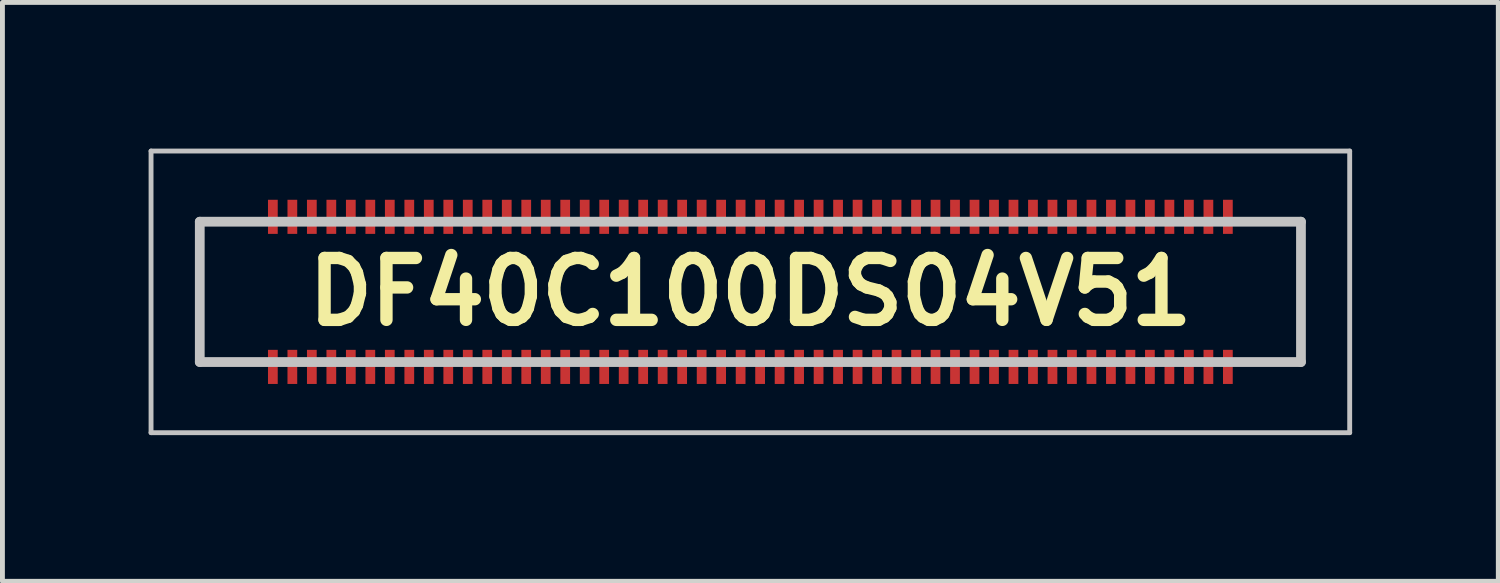
<source format=kicad_pcb>
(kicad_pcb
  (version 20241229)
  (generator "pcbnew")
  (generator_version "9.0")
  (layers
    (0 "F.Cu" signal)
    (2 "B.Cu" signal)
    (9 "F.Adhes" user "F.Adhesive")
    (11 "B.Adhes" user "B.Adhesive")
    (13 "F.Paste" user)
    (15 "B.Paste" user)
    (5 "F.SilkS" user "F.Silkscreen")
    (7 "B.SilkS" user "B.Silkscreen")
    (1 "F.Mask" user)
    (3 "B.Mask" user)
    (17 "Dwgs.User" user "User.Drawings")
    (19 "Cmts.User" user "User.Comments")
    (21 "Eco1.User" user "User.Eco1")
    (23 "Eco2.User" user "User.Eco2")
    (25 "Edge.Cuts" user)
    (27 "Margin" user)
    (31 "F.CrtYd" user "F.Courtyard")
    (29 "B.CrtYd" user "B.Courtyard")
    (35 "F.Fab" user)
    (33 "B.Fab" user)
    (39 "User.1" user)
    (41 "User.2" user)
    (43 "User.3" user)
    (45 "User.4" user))
  (footprint "DF40C100DS04V51"
    (layer "F.Cu")
    (at 12.35 2.94)
    (property "Reference" "DF40C100DS04V51" (at 0 0 0) (unlocked yes) (layer "F.SilkS") (effects (font (size 1.27 1.27) (thickness 0.254))))
    (attr smd)
    (fp_line (start -11.3 -1.44) (end -11.3 1.44) (stroke (width 0.1) (type solid)) (layer "F.SilkS"))
    (fp_line (start -11.3 1.44) (end -10.5 1.44) (stroke (width 0.1) (type solid)) (layer "F.SilkS"))
    (fp_line (start -10.5 -1.44) (end -11.3 -1.44) (stroke (width 0.1) (type solid)) (layer "F.SilkS"))
    (fp_line (start 10.5 -1.44) (end 11.3 -1.44) (stroke (width 0.1) (type solid)) (layer "F.SilkS"))
    (fp_line (start 11.3 -1.44) (end 11.3 1.44) (stroke (width 0.1) (type solid)) (layer "F.SilkS"))
    (fp_line (start 11.3 1.44) (end 10.5 1.44) (stroke (width 0.1) (type solid)) (layer "F.SilkS"))
    (fp_line (start -12.3 -2.89) (end 12.3 -2.89) (stroke (width 0.1) (type solid)) (layer "Dwgs.User"))
    (fp_line (start -12.3 2.89) (end -12.3 -2.89) (stroke (width 0.1) (type solid)) (layer "Dwgs.User"))
    (fp_line (start -11.3 -1.44) (end 11.3 -1.44) (stroke (width 0.2) (type solid)) (layer "Dwgs.User"))
    (fp_line (start -11.3 1.44) (end -11.3 -1.44) (stroke (width 0.2) (type solid)) (layer "Dwgs.User"))
    (fp_line (start 11.3 -1.44) (end 11.3 1.44) (stroke (width 0.2) (type solid)) (layer "Dwgs.User"))
    (fp_line (start 11.3 1.44) (end -11.3 1.44) (stroke (width 0.2) (type solid)) (layer "Dwgs.User"))
    (fp_line (start 12.3 -2.89) (end 12.3 2.89) (stroke (width 0.1) (type solid)) (layer "Dwgs.User"))
    (fp_line (start 12.3 2.89) (end -12.3 2.89) (stroke (width 0.1) (type solid)) (layer "Dwgs.User"))
    (pad "1" smd rect (at -9.8 1.54) (size 0.2 0.7) (layers "F.Cu" "F.Mask" "F.Paste"))
    (pad "2" smd rect (at -9.8 -1.54) (size 0.2 0.7) (layers "F.Cu" "F.Mask" "F.Paste"))
    (pad "3" smd rect (at -9.4 1.54) (size 0.2 0.7) (layers "F.Cu" "F.Mask" "F.Paste"))
    (pad "4" smd rect (at -9.4 -1.54) (size 0.2 0.7) (layers "F.Cu" "F.Mask" "F.Paste"))
    (pad "5" smd rect (at -9 1.54) (size 0.2 0.7) (layers "F.Cu" "F.Mask" "F.Paste"))
    (pad "6" smd rect (at -9 -1.54) (size 0.2 0.7) (layers "F.Cu" "F.Mask" "F.Paste"))
    (pad "7" smd rect (at -8.6 1.54) (size 0.2 0.7) (layers "F.Cu" "F.Mask" "F.Paste"))
    (pad "8" smd rect (at -8.6 -1.54) (size 0.2 0.7) (layers "F.Cu" "F.Mask" "F.Paste"))
    (pad "9" smd rect (at -8.2 1.54) (size 0.2 0.7) (layers "F.Cu" "F.Mask" "F.Paste"))
    (pad "10" smd rect (at -8.2 -1.54) (size 0.2 0.7) (layers "F.Cu" "F.Mask" "F.Paste"))
    (pad "11" smd rect (at -7.8 1.54) (size 0.2 0.7) (layers "F.Cu" "F.Mask" "F.Paste"))
    (pad "12" smd rect (at -7.8 -1.54) (size 0.2 0.7) (layers "F.Cu" "F.Mask" "F.Paste"))
    (pad "13" smd rect (at -7.4 1.54) (size 0.2 0.7) (layers "F.Cu" "F.Mask" "F.Paste"))
    (pad "14" smd rect (at -7.4 -1.54) (size 0.2 0.7) (layers "F.Cu" "F.Mask" "F.Paste"))
    (pad "15" smd rect (at -7 1.54) (size 0.2 0.7) (layers "F.Cu" "F.Mask" "F.Paste"))
    (pad "16" smd rect (at -7 -1.54) (size 0.2 0.7) (layers "F.Cu" "F.Mask" "F.Paste"))
    (pad "17" smd rect (at -6.6 1.54) (size 0.2 0.7) (layers "F.Cu" "F.Mask" "F.Paste"))
    (pad "18" smd rect (at -6.6 -1.54) (size 0.2 0.7) (layers "F.Cu" "F.Mask" "F.Paste"))
    (pad "19" smd rect (at -6.2 1.54) (size 0.2 0.7) (layers "F.Cu" "F.Mask" "F.Paste"))
    (pad "20" smd rect (at -6.2 -1.54) (size 0.2 0.7) (layers "F.Cu" "F.Mask" "F.Paste"))
    (pad "21" smd rect (at -5.8 1.54) (size 0.2 0.7) (layers "F.Cu" "F.Mask" "F.Paste"))
    (pad "22" smd rect (at -5.8 -1.54) (size 0.2 0.7) (layers "F.Cu" "F.Mask" "F.Paste"))
    (pad "23" smd rect (at -5.4 1.54) (size 0.2 0.7) (layers "F.Cu" "F.Mask" "F.Paste"))
    (pad "24" smd rect (at -5.4 -1.54) (size 0.2 0.7) (layers "F.Cu" "F.Mask" "F.Paste"))
    (pad "25" smd rect (at -5 1.54) (size 0.2 0.7) (layers "F.Cu" "F.Mask" "F.Paste"))
    (pad "26" smd rect (at -5 -1.54) (size 0.2 0.7) (layers "F.Cu" "F.Mask" "F.Paste"))
    (pad "27" smd rect (at -4.6 1.54) (size 0.2 0.7) (layers "F.Cu" "F.Mask" "F.Paste"))
    (pad "28" smd rect (at -4.6 -1.54) (size 0.2 0.7) (layers "F.Cu" "F.Mask" "F.Paste"))
    (pad "29" smd rect (at -4.2 1.54) (size 0.2 0.7) (layers "F.Cu" "F.Mask" "F.Paste"))
    (pad "30" smd rect (at -4.2 -1.54) (size 0.2 0.7) (layers "F.Cu" "F.Mask" "F.Paste"))
    (pad "31" smd rect (at -3.8 1.54) (size 0.2 0.7) (layers "F.Cu" "F.Mask" "F.Paste"))
    (pad "32" smd rect (at -3.8 -1.54) (size 0.2 0.7) (layers "F.Cu" "F.Mask" "F.Paste"))
    (pad "33" smd rect (at -3.4 1.54) (size 0.2 0.7) (layers "F.Cu" "F.Mask" "F.Paste"))
    (pad "34" smd rect (at -3.4 -1.54) (size 0.2 0.7) (layers "F.Cu" "F.Mask" "F.Paste"))
    (pad "35" smd rect (at -3 1.54) (size 0.2 0.7) (layers "F.Cu" "F.Mask" "F.Paste"))
    (pad "36" smd rect (at -3 -1.54) (size 0.2 0.7) (layers "F.Cu" "F.Mask" "F.Paste"))
    (pad "37" smd rect (at -2.6 1.54) (size 0.2 0.7) (layers "F.Cu" "F.Mask" "F.Paste"))
    (pad "38" smd rect (at -2.6 -1.54) (size 0.2 0.7) (layers "F.Cu" "F.Mask" "F.Paste"))
    (pad "39" smd rect (at -2.2 1.54) (size 0.2 0.7) (layers "F.Cu" "F.Mask" "F.Paste"))
    (pad "40" smd rect (at -2.2 -1.54) (size 0.2 0.7) (layers "F.Cu" "F.Mask" "F.Paste"))
    (pad "41" smd rect (at -1.8 1.54) (size 0.2 0.7) (layers "F.Cu" "F.Mask" "F.Paste"))
    (pad "42" smd rect (at -1.8 -1.54) (size 0.2 0.7) (layers "F.Cu" "F.Mask" "F.Paste"))
    (pad "43" smd rect (at -1.4 1.54) (size 0.2 0.7) (layers "F.Cu" "F.Mask" "F.Paste"))
    (pad "44" smd rect (at -1.4 -1.54) (size 0.2 0.7) (layers "F.Cu" "F.Mask" "F.Paste"))
    (pad "45" smd rect (at -1 1.54) (size 0.2 0.7) (layers "F.Cu" "F.Mask" "F.Paste"))
    (pad "46" smd rect (at -1 -1.54) (size 0.2 0.7) (layers "F.Cu" "F.Mask" "F.Paste"))
    (pad "47" smd rect (at -0.6 1.54) (size 0.2 0.7) (layers "F.Cu" "F.Mask" "F.Paste"))
    (pad "48" smd rect (at -0.6 -1.54) (size 0.2 0.7) (layers "F.Cu" "F.Mask" "F.Paste"))
    (pad "49" smd rect (at -0.2 1.54) (size 0.2 0.7) (layers "F.Cu" "F.Mask" "F.Paste"))
    (pad "50" smd rect (at -0.2 -1.54) (size 0.2 0.7) (layers "F.Cu" "F.Mask" "F.Paste"))
    (pad "51" smd rect (at 0.2 1.54) (size 0.2 0.7) (layers "F.Cu" "F.Mask" "F.Paste"))
    (pad "52" smd rect (at 0.2 -1.54) (size 0.2 0.7) (layers "F.Cu" "F.Mask" "F.Paste"))
    (pad "53" smd rect (at 0.6 1.54) (size 0.2 0.7) (layers "F.Cu" "F.Mask" "F.Paste"))
    (pad "54" smd rect (at 0.6 -1.54) (size 0.2 0.7) (layers "F.Cu" "F.Mask" "F.Paste"))
    (pad "55" smd rect (at 1 1.54) (size 0.2 0.7) (layers "F.Cu" "F.Mask" "F.Paste"))
    (pad "56" smd rect (at 1 -1.54) (size 0.2 0.7) (layers "F.Cu" "F.Mask" "F.Paste"))
    (pad "57" smd rect (at 1.4 1.54) (size 0.2 0.7) (layers "F.Cu" "F.Mask" "F.Paste"))
    (pad "58" smd rect (at 1.4 -1.54) (size 0.2 0.7) (layers "F.Cu" "F.Mask" "F.Paste"))
    (pad "59" smd rect (at 1.8 1.54) (size 0.2 0.7) (layers "F.Cu" "F.Mask" "F.Paste"))
    (pad "60" smd rect (at 1.8 -1.54) (size 0.2 0.7) (layers "F.Cu" "F.Mask" "F.Paste"))
    (pad "61" smd rect (at 2.2 1.54) (size 0.2 0.7) (layers "F.Cu" "F.Mask" "F.Paste"))
    (pad "62" smd rect (at 2.2 -1.54) (size 0.2 0.7) (layers "F.Cu" "F.Mask" "F.Paste"))
    (pad "63" smd rect (at 2.6 1.54) (size 0.2 0.7) (layers "F.Cu" "F.Mask" "F.Paste"))
    (pad "64" smd rect (at 2.6 -1.54) (size 0.2 0.7) (layers "F.Cu" "F.Mask" "F.Paste"))
    (pad "65" smd rect (at 3 1.54) (size 0.2 0.7) (layers "F.Cu" "F.Mask" "F.Paste"))
    (pad "66" smd rect (at 3 -1.54) (size 0.2 0.7) (layers "F.Cu" "F.Mask" "F.Paste"))
    (pad "67" smd rect (at 3.4 1.54) (size 0.2 0.7) (layers "F.Cu" "F.Mask" "F.Paste"))
    (pad "68" smd rect (at 3.4 -1.54) (size 0.2 0.7) (layers "F.Cu" "F.Mask" "F.Paste"))
    (pad "69" smd rect (at 3.8 1.54) (size 0.2 0.7) (layers "F.Cu" "F.Mask" "F.Paste"))
    (pad "70" smd rect (at 3.8 -1.54) (size 0.2 0.7) (layers "F.Cu" "F.Mask" "F.Paste"))
    (pad "71" smd rect (at 4.2 1.54) (size 0.2 0.7) (layers "F.Cu" "F.Mask" "F.Paste"))
    (pad "72" smd rect (at 4.2 -1.54) (size 0.2 0.7) (layers "F.Cu" "F.Mask" "F.Paste"))
    (pad "73" smd rect (at 4.6 1.54) (size 0.2 0.7) (layers "F.Cu" "F.Mask" "F.Paste"))
    (pad "74" smd rect (at 4.6 -1.54) (size 0.2 0.7) (layers "F.Cu" "F.Mask" "F.Paste"))
    (pad "75" smd rect (at 5 1.54) (size 0.2 0.7) (layers "F.Cu" "F.Mask" "F.Paste"))
    (pad "76" smd rect (at 5 -1.54) (size 0.2 0.7) (layers "F.Cu" "F.Mask" "F.Paste"))
    (pad "77" smd rect (at 5.4 1.54) (size 0.2 0.7) (layers "F.Cu" "F.Mask" "F.Paste"))
    (pad "78" smd rect (at 5.4 -1.54) (size 0.2 0.7) (layers "F.Cu" "F.Mask" "F.Paste"))
    (pad "79" smd rect (at 5.8 1.54) (size 0.2 0.7) (layers "F.Cu" "F.Mask" "F.Paste"))
    (pad "80" smd rect (at 5.8 -1.54) (size 0.2 0.7) (layers "F.Cu" "F.Mask" "F.Paste"))
    (pad "81" smd rect (at 6.2 1.54) (size 0.2 0.7) (layers "F.Cu" "F.Mask" "F.Paste"))
    (pad "82" smd rect (at 6.2 -1.54) (size 0.2 0.7) (layers "F.Cu" "F.Mask" "F.Paste"))
    (pad "83" smd rect (at 6.6 1.54) (size 0.2 0.7) (layers "F.Cu" "F.Mask" "F.Paste"))
    (pad "84" smd rect (at 6.6 -1.54) (size 0.2 0.7) (layers "F.Cu" "F.Mask" "F.Paste"))
    (pad "85" smd rect (at 7 1.54) (size 0.2 0.7) (layers "F.Cu" "F.Mask" "F.Paste"))
    (pad "86" smd rect (at 7 -1.54) (size 0.2 0.7) (layers "F.Cu" "F.Mask" "F.Paste"))
    (pad "87" smd rect (at 7.4 1.54) (size 0.2 0.7) (layers "F.Cu" "F.Mask" "F.Paste"))
    (pad "88" smd rect (at 7.4 -1.54) (size 0.2 0.7) (layers "F.Cu" "F.Mask" "F.Paste"))
    (pad "89" smd rect (at 7.8 1.54) (size 0.2 0.7) (layers "F.Cu" "F.Mask" "F.Paste"))
    (pad "90" smd rect (at 7.8 -1.54) (size 0.2 0.7) (layers "F.Cu" "F.Mask" "F.Paste"))
    (pad "91" smd rect (at 8.2 1.54) (size 0.2 0.7) (layers "F.Cu" "F.Mask" "F.Paste"))
    (pad "92" smd rect (at 8.2 -1.54) (size 0.2 0.7) (layers "F.Cu" "F.Mask" "F.Paste"))
    (pad "93" smd rect (at 8.6 1.54) (size 0.2 0.7) (layers "F.Cu" "F.Mask" "F.Paste"))
    (pad "94" smd rect (at 8.6 -1.54) (size 0.2 0.7) (layers "F.Cu" "F.Mask" "F.Paste"))
    (pad "95" smd rect (at 9 1.54) (size 0.2 0.7) (layers "F.Cu" "F.Mask" "F.Paste"))
    (pad "96" smd rect (at 9 -1.54) (size 0.2 0.7) (layers "F.Cu" "F.Mask" "F.Paste"))
    (pad "97" smd rect (at 9.4 1.54) (size 0.2 0.7) (layers "F.Cu" "F.Mask" "F.Paste"))
    (pad "98" smd rect (at 9.4 -1.54) (size 0.2 0.7) (layers "F.Cu" "F.Mask" "F.Paste"))
    (pad "99" smd rect (at 9.8 1.54) (size 0.2 0.7) (layers "F.Cu" "F.Mask" "F.Paste"))
    (pad "100" smd rect (at 9.8 -1.54) (size 0.2 0.7) (layers "F.Cu" "F.Mask" "F.Paste")))
  (gr_rect
    (start -3 -3)
    (end 27.7 8.88)
    (stroke (width 0.1) (type default))
    (fill no)
    (layer "Edge.Cuts")))
</source>
